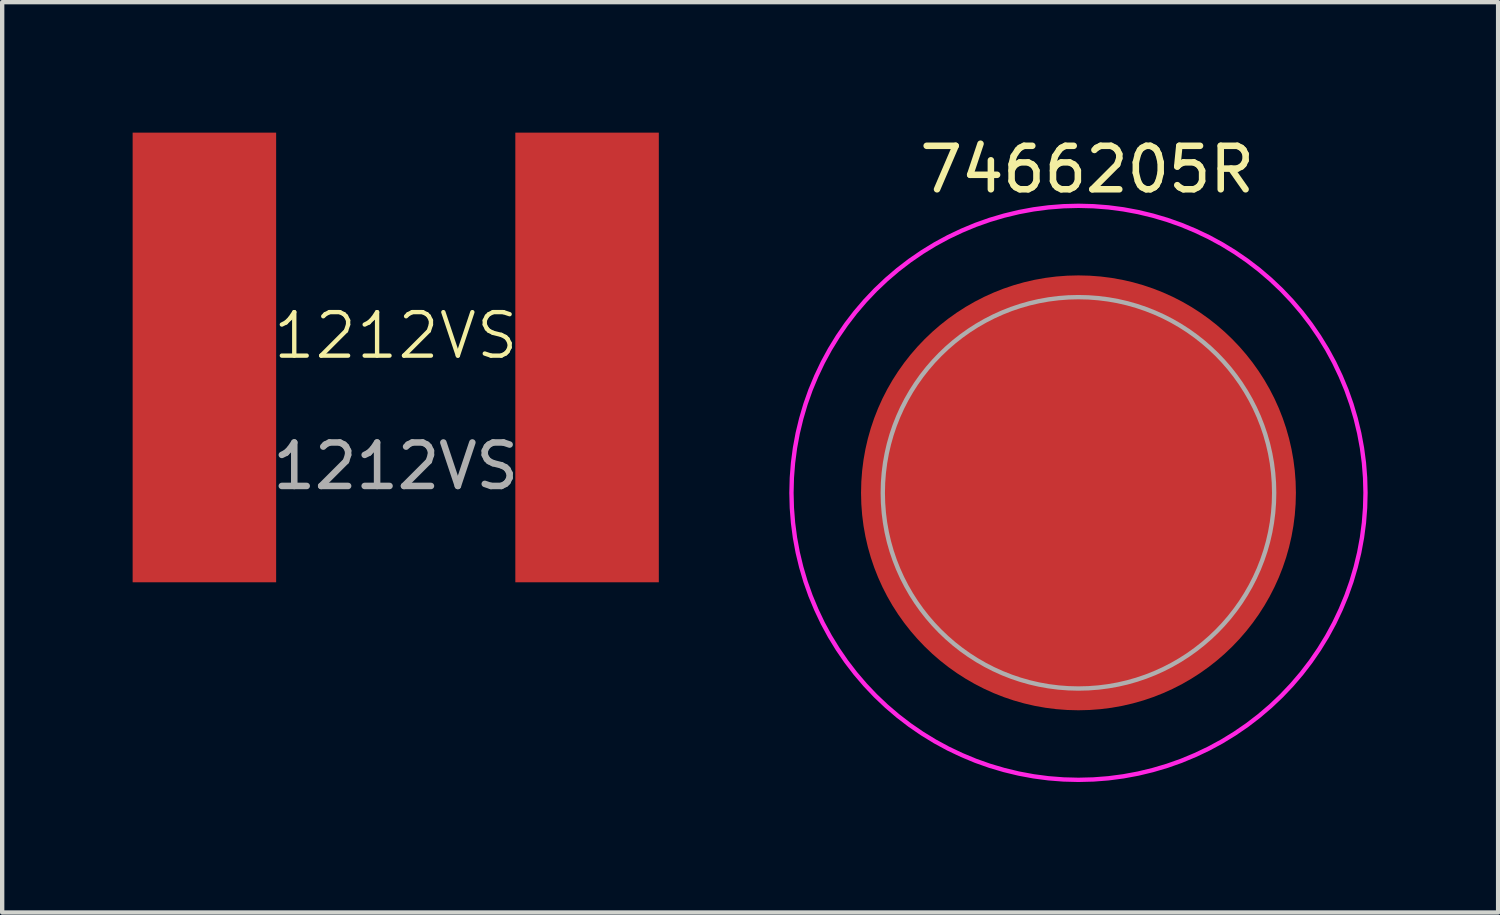
<source format=kicad_pcb>
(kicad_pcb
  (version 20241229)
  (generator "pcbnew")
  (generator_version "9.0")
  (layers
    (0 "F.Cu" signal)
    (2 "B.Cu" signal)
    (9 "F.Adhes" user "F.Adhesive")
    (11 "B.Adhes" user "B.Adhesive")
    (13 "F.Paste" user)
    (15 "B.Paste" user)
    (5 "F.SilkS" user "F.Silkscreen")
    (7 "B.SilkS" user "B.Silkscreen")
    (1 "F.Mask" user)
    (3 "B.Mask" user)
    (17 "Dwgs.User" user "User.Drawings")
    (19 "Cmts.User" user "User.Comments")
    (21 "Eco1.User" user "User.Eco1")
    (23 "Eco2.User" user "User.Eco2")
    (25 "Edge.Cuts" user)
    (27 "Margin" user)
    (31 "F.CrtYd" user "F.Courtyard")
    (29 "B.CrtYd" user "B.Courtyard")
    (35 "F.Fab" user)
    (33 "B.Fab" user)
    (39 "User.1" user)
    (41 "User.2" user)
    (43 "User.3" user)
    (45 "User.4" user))
  (footprint "7466205R"
    (layer "F.Cu")
    (at 21.75 8.283)
    (property "Reference" "7466205R" (at 0.2 -7.435 0) (layer "F.SilkS") (effects (font (size 1 1) (thickness 0.15))))
    (attr smd)
    (fp_poly (pts (xy -4.87 0.5) (xy -0.5 0.5) (xy -0.5 4.87) (xy -0.531 4.871) (xy -0.57 4.867) (xy -0.617 4.862) (xy -0.69 4.851) (xy -0.729 4.846) (xy -0.761 4.841) (xy -0.793 4.836) (xy -0.836 4.829) (xy -0.864 4.823) (xy -0.888 4.819) (xy -0.918 4.814) (xy -0.954 4.807) (xy -0.98 4.802) (xy -1.007 4.797) (xy -1.033 4.79) (xy -1.057 4.786) (xy -1.092 4.779) (xy -1.128 4.77) (xy -1.162 4.761) (xy -1.201 4.752) (xy -1.257 4.737) (xy -1.298 4.726) (xy -1.343 4.714) (xy -1.371 4.706) (xy -1.409 4.695) (xy -1.444 4.684) (xy -1.542 4.652) (xy -1.607 4.63) (xy -1.675 4.607) (xy -1.739 4.583) (xy -1.828 4.548) (xy -1.88 4.526) (xy -1.934 4.504) (xy -2.008 4.47) (xy -2.099 4.429) (xy -2.152 4.402) (xy -2.212 4.373) (xy -2.279 4.339) (xy -2.341 4.306) (xy -2.41 4.268) (xy -2.464 4.235) (xy -2.506 4.212) (xy -2.559 4.179) (xy -2.618 4.144) (xy -2.676 4.105) (xy -2.783 4.032) (xy -2.889 3.958) (xy -2.977 3.892) (xy -3.06 3.827) (xy -3.152 3.751) (xy -3.237 3.678) (xy -3.29 3.63) (xy -3.34 3.586) (xy -3.414 3.516) (xy -3.471 3.459) (xy -3.611 3.313) (xy -3.729 3.178) (xy -3.843 3.039) (xy -3.934 2.923) (xy -4.042 2.772) (xy -4.125 2.646) (xy -4.229 2.475) (xy -4.306 2.338) (xy -4.424 2.111) (xy -4.549 1.829) (xy -4.677 1.467) (xy -4.771 1.121) (xy -4.85 0.708) (xy -4.874 0.5)) (stroke (width 0.01) (type solid)) (fill yes) (layer "F.Paste"))
    (fp_poly (pts (xy -0.5 -4.87) (xy -0.5 -0.5) (xy -4.87 -0.5) (xy -4.871 -0.531) (xy -4.867 -0.57) (xy -4.862 -0.617) (xy -4.851 -0.69) (xy -4.846 -0.729) (xy -4.841 -0.761) (xy -4.836 -0.793) (xy -4.829 -0.836) (xy -4.823 -0.864) (xy -4.819 -0.888) (xy -4.814 -0.918) (xy -4.807 -0.954) (xy -4.802 -0.98) (xy -4.797 -1.007) (xy -4.79 -1.033) (xy -4.786 -1.057) (xy -4.779 -1.092) (xy -4.77 -1.128) (xy -4.761 -1.162) (xy -4.752 -1.201) (xy -4.737 -1.257) (xy -4.726 -1.298) (xy -4.714 -1.343) (xy -4.706 -1.371) (xy -4.695 -1.409) (xy -4.684 -1.444) (xy -4.652 -1.542) (xy -4.63 -1.607) (xy -4.607 -1.675) (xy -4.583 -1.739) (xy -4.548 -1.828) (xy -4.526 -1.88) (xy -4.504 -1.934) (xy -4.47 -2.008) (xy -4.429 -2.099) (xy -4.402 -2.152) (xy -4.373 -2.212) (xy -4.339 -2.279) (xy -4.306 -2.341) (xy -4.268 -2.41) (xy -4.235 -2.464) (xy -4.212 -2.506) (xy -4.179 -2.559) (xy -4.144 -2.618) (xy -4.105 -2.676) (xy -4.032 -2.783) (xy -3.958 -2.889) (xy -3.892 -2.977) (xy -3.827 -3.06) (xy -3.751 -3.152) (xy -3.678 -3.237) (xy -3.63 -3.29) (xy -3.586 -3.34) (xy -3.516 -3.414) (xy -3.459 -3.471) (xy -3.313 -3.611) (xy -3.178 -3.729) (xy -3.039 -3.843) (xy -2.923 -3.934) (xy -2.772 -4.042) (xy -2.646 -4.125) (xy -2.475 -4.229) (xy -2.338 -4.306) (xy -2.111 -4.424) (xy -1.829 -4.549) (xy -1.467 -4.677) (xy -1.121 -4.771) (xy -0.708 -4.85) (xy -0.5 -4.874)) (stroke (width 0.01) (type solid)) (fill yes) (layer "F.Paste"))
    (fp_poly (pts (xy 0.5 4.87) (xy 0.5 0.5) (xy 4.87 0.5) (xy 4.871 0.531) (xy 4.867 0.57) (xy 4.862 0.617) (xy 4.851 0.69) (xy 4.846 0.729) (xy 4.841 0.761) (xy 4.836 0.793) (xy 4.829 0.836) (xy 4.823 0.864) (xy 4.819 0.888) (xy 4.814 0.918) (xy 4.807 0.954) (xy 4.802 0.98) (xy 4.797 1.007) (xy 4.79 1.033) (xy 4.786 1.057) (xy 4.779 1.092) (xy 4.77 1.128) (xy 4.761 1.162) (xy 4.752 1.201) (xy 4.737 1.257) (xy 4.726 1.298) (xy 4.714 1.343) (xy 4.706 1.371) (xy 4.695 1.409) (xy 4.684 1.444) (xy 4.652 1.542) (xy 4.63 1.607) (xy 4.607 1.675) (xy 4.583 1.739) (xy 4.548 1.828) (xy 4.526 1.88) (xy 4.504 1.934) (xy 4.47 2.008) (xy 4.429 2.099) (xy 4.402 2.152) (xy 4.373 2.212) (xy 4.339 2.279) (xy 4.306 2.341) (xy 4.268 2.41) (xy 4.235 2.464) (xy 4.212 2.506) (xy 4.179 2.559) (xy 4.144 2.618) (xy 4.105 2.676) (xy 4.032 2.783) (xy 3.958 2.889) (xy 3.892 2.977) (xy 3.827 3.06) (xy 3.751 3.152) (xy 3.678 3.237) (xy 3.63 3.29) (xy 3.586 3.34) (xy 3.516 3.414) (xy 3.459 3.471) (xy 3.313 3.611) (xy 3.178 3.729) (xy 3.039 3.843) (xy 2.923 3.934) (xy 2.772 4.042) (xy 2.646 4.125) (xy 2.475 4.229) (xy 2.338 4.306) (xy 2.111 4.424) (xy 1.829 4.549) (xy 1.467 4.677) (xy 1.121 4.771) (xy 0.708 4.85) (xy 0.5 4.874)) (stroke (width 0.01) (type solid)) (fill yes) (layer "F.Paste"))
    (fp_poly (pts (xy 4.87 -0.5) (xy 0.5 -0.5) (xy 0.5 -4.87) (xy 0.531 -4.871) (xy 0.57 -4.867) (xy 0.617 -4.862) (xy 0.69 -4.851) (xy 0.729 -4.846) (xy 0.761 -4.841) (xy 0.793 -4.836) (xy 0.836 -4.829) (xy 0.864 -4.823) (xy 0.888 -4.819) (xy 0.918 -4.814) (xy 0.954 -4.807) (xy 0.98 -4.802) (xy 1.007 -4.797) (xy 1.033 -4.79) (xy 1.057 -4.786) (xy 1.092 -4.779) (xy 1.128 -4.77) (xy 1.162 -4.761) (xy 1.201 -4.752) (xy 1.257 -4.737) (xy 1.298 -4.726) (xy 1.343 -4.714) (xy 1.371 -4.706) (xy 1.409 -4.695) (xy 1.444 -4.684) (xy 1.542 -4.652) (xy 1.607 -4.63) (xy 1.675 -4.607) (xy 1.739 -4.583) (xy 1.828 -4.548) (xy 1.88 -4.526) (xy 1.934 -4.504) (xy 2.008 -4.47) (xy 2.099 -4.429) (xy 2.152 -4.402) (xy 2.212 -4.373) (xy 2.279 -4.339) (xy 2.341 -4.306) (xy 2.41 -4.268) (xy 2.464 -4.235) (xy 2.506 -4.212) (xy 2.559 -4.179) (xy 2.618 -4.144) (xy 2.676 -4.105) (xy 2.783 -4.032) (xy 2.889 -3.958) (xy 2.977 -3.892) (xy 3.06 -3.827) (xy 3.152 -3.751) (xy 3.237 -3.678) (xy 3.29 -3.63) (xy 3.34 -3.586) (xy 3.414 -3.516) (xy 3.471 -3.459) (xy 3.611 -3.313) (xy 3.729 -3.178) (xy 3.843 -3.039) (xy 3.934 -2.923) (xy 4.042 -2.772) (xy 4.125 -2.646) (xy 4.229 -2.475) (xy 4.306 -2.338) (xy 4.424 -2.111) (xy 4.549 -1.829) (xy 4.677 -1.467) (xy 4.771 -1.121) (xy 4.85 -0.708) (xy 4.874 -0.5)) (stroke (width 0.01) (type solid)) (fill yes) (layer "F.Paste"))
    (fp_poly (pts (xy 0 6.6) (xy -0.345 6.591) (xy -0.69 6.564) (xy -1.032 6.519) (xy -1.372 6.456) (xy -1.708 6.375) (xy -2.04 6.277) (xy -2.365 6.162) (xy -2.684 6.029) (xy -2.996 5.881) (xy -3.3 5.716) (xy -3.595 5.535) (xy -3.879 5.34) (xy -4.154 5.129) (xy -4.416 4.905) (xy -4.667 4.667) (xy -4.905 4.416) (xy -5.129 4.154) (xy -5.34 3.879) (xy -5.535 3.595) (xy -5.716 3.3) (xy -5.881 2.996) (xy -6.029 2.684) (xy -6.162 2.365) (xy -6.277 2.04) (xy -6.375 1.708) (xy -6.456 1.372) (xy -6.519 1.032) (xy -6.564 0.69) (xy -6.591 0.345) (xy -6.6 0) (xy -6.591 -0.345) (xy -6.564 -0.69) (xy -6.519 -1.032) (xy -6.456 -1.372) (xy -6.375 -1.708) (xy -6.277 -2.04) (xy -6.162 -2.365) (xy -6.029 -2.684) (xy -5.881 -2.996) (xy -5.716 -3.3) (xy -5.535 -3.595) (xy -5.34 -3.879) (xy -5.129 -4.154) (xy -4.905 -4.416) (xy -4.667 -4.667) (xy -4.416 -4.905) (xy -4.154 -5.129) (xy -3.879 -5.34) (xy -3.595 -5.535) (xy -3.3 -5.716) (xy -2.996 -5.881) (xy -2.684 -6.029) (xy -2.365 -6.162) (xy -2.04 -6.277) (xy -1.708 -6.375) (xy -1.372 -6.456) (xy -1.032 -6.519) (xy -0.69 -6.564) (xy -0.345 -6.591) (xy 0 -6.6) (xy 0.345 -6.591) (xy 0.69 -6.564) (xy 1.032 -6.519) (xy 1.372 -6.456) (xy 1.708 -6.375) (xy 2.04 -6.277) (xy 2.365 -6.162) (xy 2.684 -6.029) (xy 2.996 -5.881) (xy 3.3 -5.716) (xy 3.595 -5.535) (xy 3.879 -5.34) (xy 4.154 -5.129) (xy 4.416 -4.905) (xy 4.667 -4.667) (xy 4.905 -4.416) (xy 5.129 -4.154) (xy 5.34 -3.879) (xy 5.535 -3.595) (xy 5.716 -3.3) (xy 5.881 -2.996) (xy 6.029 -2.684) (xy 6.162 -2.365) (xy 6.277 -2.04) (xy 6.375 -1.708) (xy 6.456 -1.372) (xy 6.519 -1.032) (xy 6.564 -0.69) (xy 6.591 -0.345) (xy 6.6 0) (xy 6.591 0.345) (xy 6.564 0.69) (xy 6.519 1.032) (xy 6.456 1.372) (xy 6.375 1.708) (xy 6.277 2.04) (xy 6.162 2.365) (xy 6.029 2.684) (xy 5.881 2.996) (xy 5.716 3.3) (xy 5.535 3.595) (xy 5.34 3.879) (xy 5.129 4.154) (xy 4.905 4.416) (xy 4.667 4.667) (xy 4.416 4.905) (xy 4.154 5.129) (xy 3.879 5.34) (xy 3.595 5.535) (xy 3.3 5.716) (xy 2.996 5.881) (xy 2.684 6.029) (xy 2.365 6.162) (xy 2.04 6.277) (xy 1.708 6.375) (xy 1.372 6.456) (xy 1.032 6.519) (xy 0.69 6.564) (xy 0.345 6.591) (xy 0 6.6)) (stroke (width 0.1) (type solid)) (fill no) (layer "F.CrtYd"))
    (fp_circle (center 0 0) (end 4.5 0) (stroke (width 0.1) (type solid)) (fill no) (layer "F.Fab"))
    (pad "1" smd circle (at 0 0) (size 10 10) (layers "F.Cu" "F.Mask")))
  (footprint "1212VS"
    (layer "F.Cu")
    (at 6.05 5.17)
    (property "Reference" "1212VS" (at 0 -0.5 0) (unlocked yes) (layer "F.SilkS") (effects (font (size 1 1) (thickness 0.1))))
    (attr smd)
    (fp_text user "${REFERENCE}" (at 0 2.5 0) (unlocked yes) (layer "F.Fab") (effects (font (size 1 1) (thickness 0.15))))
    (pad "1" smd rect (at -4.4 0) (size 3.3 10.34) (layers "F.Cu" "F.Mask" "F.Paste"))
    (pad "2" smd rect (at 4.4 0) (size 3.3 10.34) (layers "F.Cu" "F.Mask" "F.Paste")))
  (gr_rect
    (start -3 -3)
    (end 31.4 17.933)
    (stroke (width 0.1) (type default))
    (fill no)
    (layer "Edge.Cuts")))
</source>
